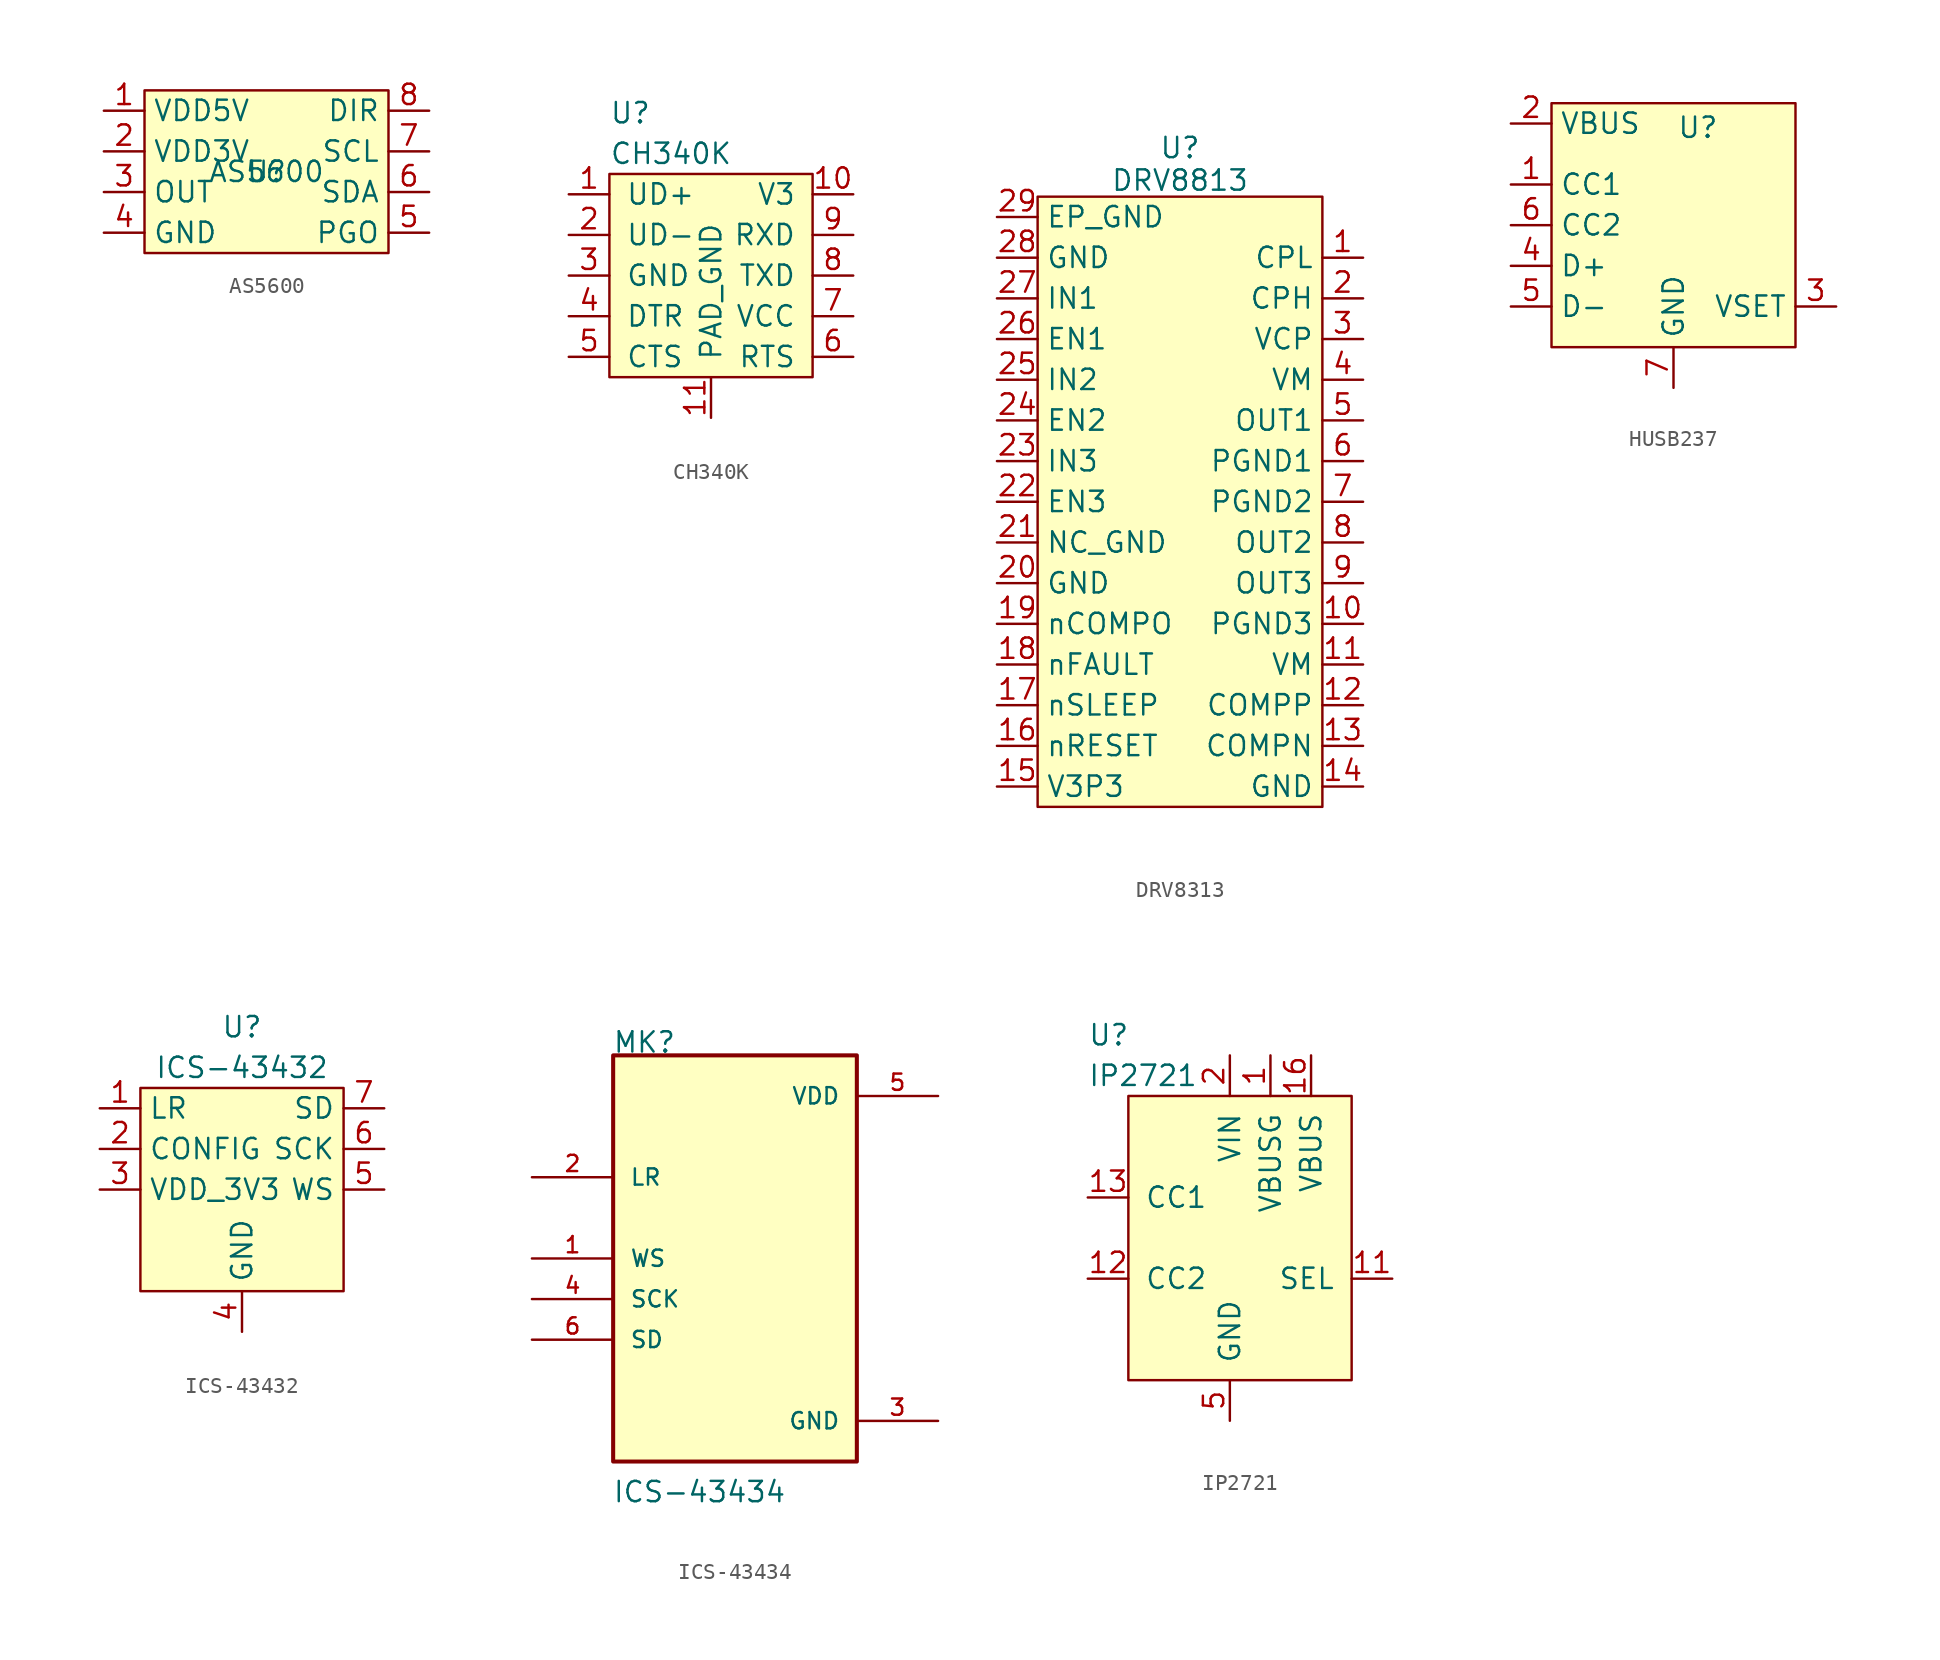
<source format=kicad_sym>
(kicad_symbol_lib
  (version 20241209)
  (generator "kicad_symbol_editor")
  (generator_version "9.0")
  (symbol "AS5600"
    (property "Reference" "U"
      (at 0 0 0)
      (effects (font (size 1.27 1.27))))
    (property "Value" "AS5600"
      (at 0 0 0)
      (effects (font (size 1.27 1.27))))
    (symbol "AS5600_1_1"
      (rectangle (start -7.62 5.08) (end 7.62 -5.08) (stroke (width 0) (type solid)) (fill (type background)))
      (pin power_in line (at -10.16 3.81 0) (length 2.54) (name "VDD5V" (effects (font (size 1.27 1.27)))) (number "1" (effects (font (size 1.27 1.27)))))
      (pin power_in line (at -10.16 1.27 0) (length 2.54) (name "VDD3V" (effects (font (size 1.27 1.27)))) (number "2" (effects (font (size 1.27 1.27)))))
      (pin output line (at -10.16 -1.27 0) (length 2.54) (name "OUT" (effects (font (size 1.27 1.27)))) (number "3" (effects (font (size 1.27 1.27)))))
      (pin power_in line (at -10.16 -3.81 0) (length 2.54) (name "GND" (effects (font (size 1.27 1.27)))) (number "4" (effects (font (size 1.27 1.27)))))
      (pin input line (at 10.16 3.81 180) (length 2.54) (name "DIR" (effects (font (size 1.27 1.27)))) (number "8" (effects (font (size 1.27 1.27)))))
      (pin bidirectional line (at 10.16 1.27 180) (length 2.54) (name "SCL" (effects (font (size 1.27 1.27)))) (number "7" (effects (font (size 1.27 1.27)))))
      (pin bidirectional line (at 10.16 -1.27 180) (length 2.54) (name "SDA" (effects (font (size 1.27 1.27)))) (number "6" (effects (font (size 1.27 1.27)))))
      (pin input line (at 10.16 -3.81 180) (length 2.54) (name "PGO" (effects (font (size 1.27 1.27)))) (number "5" (effects (font (size 1.27 1.27)))))))
  (symbol "CH340K"
    (pin_names
      (offset 1.016))
    (property "Reference" "U"
      (at -6.35 11.43 0)
      (effects (font (size 1.27 1.27)) (justify left)))
    (property "Value" "CH340K"
      (at -6.35 8.89 0)
      (effects (font (size 1.27 1.27)) (justify left)))
    (symbol "CH340K_0_1"
      (rectangle (start -6.35 7.62) (end 6.35 -5.08) (stroke (width 0) (type default)) (fill (type background))))
    (symbol "CH340K_1_1"
      (pin bidirectional line (at -8.89 6.35 0) (length 2.54) (name "UD+" (effects (font (size 1.27 1.27)))) (number "1" (effects (font (size 1.27 1.27)))))
      (pin bidirectional line (at -8.89 3.81 0) (length 2.54) (name "UD-" (effects (font (size 1.27 1.27)))) (number "2" (effects (font (size 1.27 1.27)))))
      (pin power_in line (at -8.89 1.27 0) (length 2.54) (name "GND" (effects (font (size 1.27 1.27)))) (number "3" (effects (font (size 1.27 1.27)))))
      (pin output line (at -8.89 -1.27 0) (length 2.54) (name "DTR" (effects (font (size 1.27 1.27)))) (number "4" (effects (font (size 1.27 1.27)))))
      (pin input line (at -8.89 -3.81 0) (length 2.54) (name "CTS" (effects (font (size 1.27 1.27)))) (number "5" (effects (font (size 1.27 1.27)))))
      (pin power_in line (at 0 -7.62 90) (length 2.54) (name "PAD_GND" (effects (font (size 1.27 1.27)))) (number "11" (effects (font (size 1.27 1.27)))))
      (pin power_out line (at 8.89 6.35 180) (length 2.54) (name "V3" (effects (font (size 1.27 1.27)))) (number "10" (effects (font (size 1.27 1.27)))))
      (pin input line (at 8.89 3.81 180) (length 2.54) (name "RXD" (effects (font (size 1.27 1.27)))) (number "9" (effects (font (size 1.27 1.27)))))
      (pin output line (at 8.89 1.27 180) (length 2.54) (name "TXD" (effects (font (size 1.27 1.27)))) (number "8" (effects (font (size 1.27 1.27)))))
      (pin power_in line (at 8.89 -1.27 180) (length 2.54) (name "VCC" (effects (font (size 1.27 1.27)))) (number "7" (effects (font (size 1.27 1.27)))))
      (pin unspecified line (at 8.89 -3.81 180) (length 2.54) (name "RTS" (effects (font (size 1.27 1.27)))) (number "6" (effects (font (size 1.27 1.27)))))))
  (symbol "DRV8313"
    (property "Reference" "U"
      (at 0 22.098 0)
      (effects (font (size 1.27 1.27))))
    (property "Value" "DRV8813"
      (at 0 20.066 0)
      (effects (font (size 1.27 1.27))))
    (symbol "DRV8313_1_1"
      (rectangle (start -8.89 19.05) (end 8.89 -19.05) (stroke (width 0) (type default)) (fill (type background)))
      (pin power_in line (at -11.43 17.78 0) (length 2.54) (name "EP_GND" (effects (font (size 1.27 1.27)))) (number "29" (effects (font (size 1.27 1.27)))))
      (pin power_in line (at -11.43 15.24 0) (length 2.54) (name "GND" (effects (font (size 1.27 1.27)))) (number "28" (effects (font (size 1.27 1.27)))))
      (pin input line (at -11.43 12.7 0) (length 2.54) (name "IN1" (effects (font (size 1.27 1.27)))) (number "27" (effects (font (size 1.27 1.27)))))
      (pin input line (at -11.43 10.16 0) (length 2.54) (name "EN1" (effects (font (size 1.27 1.27)))) (number "26" (effects (font (size 1.27 1.27)))))
      (pin input line (at -11.43 7.62 0) (length 2.54) (name "IN2" (effects (font (size 1.27 1.27)))) (number "25" (effects (font (size 1.27 1.27)))))
      (pin input line (at -11.43 5.08 0) (length 2.54) (name "EN2" (effects (font (size 1.27 1.27)))) (number "24" (effects (font (size 1.27 1.27)))))
      (pin input line (at -11.43 2.54 0) (length 2.54) (name "IN3" (effects (font (size 1.27 1.27)))) (number "23" (effects (font (size 1.27 1.27)))))
      (pin input line (at -11.43 0 0) (length 2.54) (name "EN3" (effects (font (size 1.27 1.27)))) (number "22" (effects (font (size 1.27 1.27)))))
      (pin passive line (at -11.43 -2.54 0) (length 2.54) (name "NC_GND" (effects (font (size 1.27 1.27)))) (number "21" (effects (font (size 1.27 1.27)))))
      (pin passive line (at -11.43 -5.08 0) (length 2.54) (name "GND" (effects (font (size 1.27 1.27)))) (number "20" (effects (font (size 1.27 1.27)))))
      (pin passive line (at -11.43 -7.62 0) (length 2.54) (name "nCOMPO" (effects (font (size 1.27 1.27)))) (number "19" (effects (font (size 1.27 1.27)))))
      (pin open_collector line (at -11.43 -10.16 0) (length 2.54) (name "nFAULT" (effects (font (size 1.27 1.27)))) (number "18" (effects (font (size 1.27 1.27)))))
      (pin input line (at -11.43 -12.7 0) (length 2.54) (name "nSLEEP" (effects (font (size 1.27 1.27)))) (number "17" (effects (font (size 1.27 1.27)))))
      (pin input line (at -11.43 -15.24 0) (length 2.54) (name "nRESET" (effects (font (size 1.27 1.27)))) (number "16" (effects (font (size 1.27 1.27)))))
      (pin power_in line (at -11.43 -17.78 0) (length 2.54) (name "V3P3" (effects (font (size 1.27 1.27)))) (number "15" (effects (font (size 1.27 1.27)))))
      (pin bidirectional line (at 11.43 15.24 180) (length 2.54) (name "CPL" (effects (font (size 1.27 1.27)))) (number "1" (effects (font (size 1.27 1.27)))))
      (pin bidirectional line (at 11.43 12.7 180) (length 2.54) (name "CPH" (effects (font (size 1.27 1.27)))) (number "2" (effects (font (size 1.27 1.27)))))
      (pin output line (at 11.43 10.16 180) (length 2.54) (name "VCP" (effects (font (size 1.27 1.27)))) (number "3" (effects (font (size 1.27 1.27)))))
      (pin power_in line (at 11.43 7.62 180) (length 2.54) (name "VM" (effects (font (size 1.27 1.27)))) (number "4" (effects (font (size 1.27 1.27)))))
      (pin output line (at 11.43 5.08 180) (length 2.54) (name "OUT1" (effects (font (size 1.27 1.27)))) (number "5" (effects (font (size 1.27 1.27)))))
      (pin power_in line (at 11.43 2.54 180) (length 2.54) (name "PGND1" (effects (font (size 1.27 1.27)))) (number "6" (effects (font (size 1.27 1.27)))))
      (pin power_in line (at 11.43 0 180) (length 2.54) (name "PGND2" (effects (font (size 1.27 1.27)))) (number "7" (effects (font (size 1.27 1.27)))))
      (pin output line (at 11.43 -2.54 180) (length 2.54) (name "OUT2" (effects (font (size 1.27 1.27)))) (number "8" (effects (font (size 1.27 1.27)))))
      (pin output line (at 11.43 -5.08 180) (length 2.54) (name "OUT3" (effects (font (size 1.27 1.27)))) (number "9" (effects (font (size 1.27 1.27)))))
      (pin power_in line (at 11.43 -7.62 180) (length 2.54) (name "PGND3" (effects (font (size 1.27 1.27)))) (number "10" (effects (font (size 1.27 1.27)))))
      (pin power_in line (at 11.43 -10.16 180) (length 2.54) (name "VM" (effects (font (size 1.27 1.27)))) (number "11" (effects (font (size 1.27 1.27)))))
      (pin power_in line (at 11.43 -12.7 180) (length 2.54) (name "COMPP" (effects (font (size 1.27 1.27)))) (number "12" (effects (font (size 1.27 1.27)))))
      (pin power_in line (at 11.43 -15.24 180) (length 2.54) (name "COMPN" (effects (font (size 1.27 1.27)))) (number "13" (effects (font (size 1.27 1.27)))))
      (pin power_in line (at 11.43 -17.78 180) (length 2.54) (name "GND" (effects (font (size 1.27 1.27)))) (number "14" (effects (font (size 1.27 1.27)))))))
  (symbol "HUSB237"
    (property "Reference" "U"
      (at 1.524 6.096 0)
      (effects (font (size 1.27 1.27))))
    (property "Value" ""
      (at 0 0 0)
      (effects (font (size 1.27 1.27))))
    (symbol "HUSB237_1_1"
      (rectangle (start -7.62 7.62) (end 7.62 -7.62) (stroke (width 0) (type solid)) (fill (type background)))
      (pin power_in line (at -10.16 6.35 0) (length 2.54) (name "VBUS" (effects (font (size 1.27 1.27)))) (number "2" (effects (font (size 1.27 1.27)))))
      (pin bidirectional line (at -10.16 2.54 0) (length 2.54) (name "CC1" (effects (font (size 1.27 1.27)))) (number "1" (effects (font (size 1.27 1.27)))))
      (pin bidirectional line (at -10.16 0 0) (length 2.54) (name "CC2" (effects (font (size 1.27 1.27)))) (number "6" (effects (font (size 1.27 1.27)))))
      (pin bidirectional line (at -10.16 -2.54 0) (length 2.54) (name "D+" (effects (font (size 1.27 1.27)))) (number "4" (effects (font (size 1.27 1.27)))))
      (pin bidirectional line (at -10.16 -5.08 0) (length 2.54) (name "D-" (effects (font (size 1.27 1.27)))) (number "5" (effects (font (size 1.27 1.27)))))
      (pin power_in line (at 0 -10.16 90) (length 2.54) (name "GND" (effects (font (size 1.27 1.27)))) (number "7" (effects (font (size 1.27 1.27)))))
      (pin input line (at 10.16 -5.08 180) (length 2.54) (name "VSET" (effects (font (size 1.27 1.27)))) (number "3" (effects (font (size 1.27 1.27)))))))
  (symbol "ICS-43432"
    (property "Reference" "U"
      (at 0 6.35 0)
      (effects (font (size 1.27 1.27))))
    (property "Value" "ICS-43432"
      (at 0 3.81 0)
      (effects (font (size 1.27 1.27))))
    (symbol "ICS-43432_0_1"
      (rectangle (start -6.35 2.54) (end 6.35 -10.16) (stroke (width 0) (type default)) (fill (type background))))
    (symbol "ICS-43432_1_1"
      (pin input line (at -8.89 1.27 0) (length 2.54) (name "LR" (effects (font (size 1.27 1.27)))) (number "1" (effects (font (size 1.27 1.27)))))
      (pin input line (at -8.89 -1.27 0) (length 2.54) (name "CONFIG" (effects (font (size 1.27 1.27)))) (number "2" (effects (font (size 1.27 1.27)))))
      (pin power_in line (at -8.89 -3.81 0) (length 2.54) (name "VDD_3V3" (effects (font (size 1.27 1.27)))) (number "3" (effects (font (size 1.27 1.27)))))
      (pin power_in line (at 0 -12.7 90) (length 2.54) (name "GND" (effects (font (size 1.27 1.27)))) (number "4" (effects (font (size 1.27 1.27)))))
      (pin output line (at 8.89 1.27 180) (length 2.54) (name "SD" (effects (font (size 1.27 1.27)))) (number "7" (effects (font (size 1.27 1.27)))))
      (pin input line (at 8.89 -1.27 180) (length 2.54) (name "SCK" (effects (font (size 1.27 1.27)))) (number "6" (effects (font (size 1.27 1.27)))))
      (pin input line (at 8.89 -3.81 180) (length 2.54) (name "WS" (effects (font (size 1.27 1.27)))) (number "5" (effects (font (size 1.27 1.27)))))))
  (symbol "ICS-43434"
    (pin_names
      (offset 1.016))
    (property "Reference" "MK"
      (at -7.671 12.776 0)
      (effects (font (size 1.27 1.27)) (justify left bottom)))
    (property "Value" "ICS-43434"
      (at -7.671 -15.342 0)
      (effects (font (size 1.27 1.27)) (justify left bottom)))
    (property "ki_locked" ""
      (at 0 0 0)
      (effects (font (size 1.27 1.27))))
    (symbol "ICS-43434_0_0"
      (rectangle (start -7.62 -12.7) (end 7.62 12.7) (stroke (width 0.254) (type default)) (fill (type background)))
      (pin input line (at -12.7 5.08 0) (length 5.08) (name "LR" (effects (font (size 1.016 1.016)))) (number "2" (effects (font (size 1.016 1.016)))))
      (pin input line (at -12.7 0 0) (length 5.08) (name "WS" (effects (font (size 1.016 1.016)))) (number "1" (effects (font (size 1.016 1.016)))))
      (pin input line (at -12.7 -2.54 0) (length 5.08) (name "SCK" (effects (font (size 1.016 1.016)))) (number "4" (effects (font (size 1.016 1.016)))))
      (pin output line (at -12.7 -5.08 0) (length 5.08) (name "SD" (effects (font (size 1.016 1.016)))) (number "6" (effects (font (size 1.016 1.016)))))
      (pin power_in line (at 12.7 10.16 180) (length 5.08) (name "VDD" (effects (font (size 1.016 1.016)))) (number "5" (effects (font (size 1.016 1.016)))))
      (pin power_in line (at 12.7 -10.16 180) (length 5.08) (name "GND" (effects (font (size 1.016 1.016)))) (number "3" (effects (font (size 1.016 1.016)))))))
  (symbol "IP2721"
    (pin_names
      (offset 1.016))
    (property "Reference" "U"
      (at -8.89 12.7 0)
      (effects (font (size 1.27 1.27)) (justify left)))
    (property "Value" "IP2721"
      (at -8.89 10.16 0)
      (effects (font (size 1.27 1.27)) (justify left)))
    (symbol "IP2721_0_1"
      (rectangle (start 7.62 8.89) (end -6.35 -8.89) (stroke (width 0) (type default)) (fill (type background))))
    (symbol "IP2721_1_1"
      (pin bidirectional line (at -8.89 2.54 0) (length 2.54) (name "CC1" (effects (font (size 1.27 1.27)))) (number "13" (effects (font (size 1.27 1.27)))))
      (pin bidirectional line (at -8.89 -2.54 0) (length 2.54) (name "CC2" (effects (font (size 1.27 1.27)))) (number "12" (effects (font (size 1.27 1.27)))))
      (pin power_in line (at 0 11.43 270) (length 2.54) (name "VIN" (effects (font (size 1.27 1.27)))) (number "2" (effects (font (size 1.27 1.27)))))
      (pin power_in line (at 0 -11.43 90) (length 2.54) (name "GND" (effects (font (size 1.27 1.27)))) (number "5" (effects (font (size 1.27 1.27)))))
      (pin output line (at 2.54 11.43 270) (length 2.54) (name "VBUSG" (effects (font (size 1.27 1.27)))) (number "1" (effects (font (size 1.27 1.27)))))
      (pin input line (at 5.08 11.43 270) (length 2.54) (name "VBUS" (effects (font (size 1.27 1.27)))) (number "16" (effects (font (size 1.27 1.27)))))
      (pin input line (at 10.16 -2.54 180) (length 2.54) (name "SEL" (effects (font (size 1.27 1.27)))) (number "11" (effects (font (size 1.27 1.27))))))))
</source>
